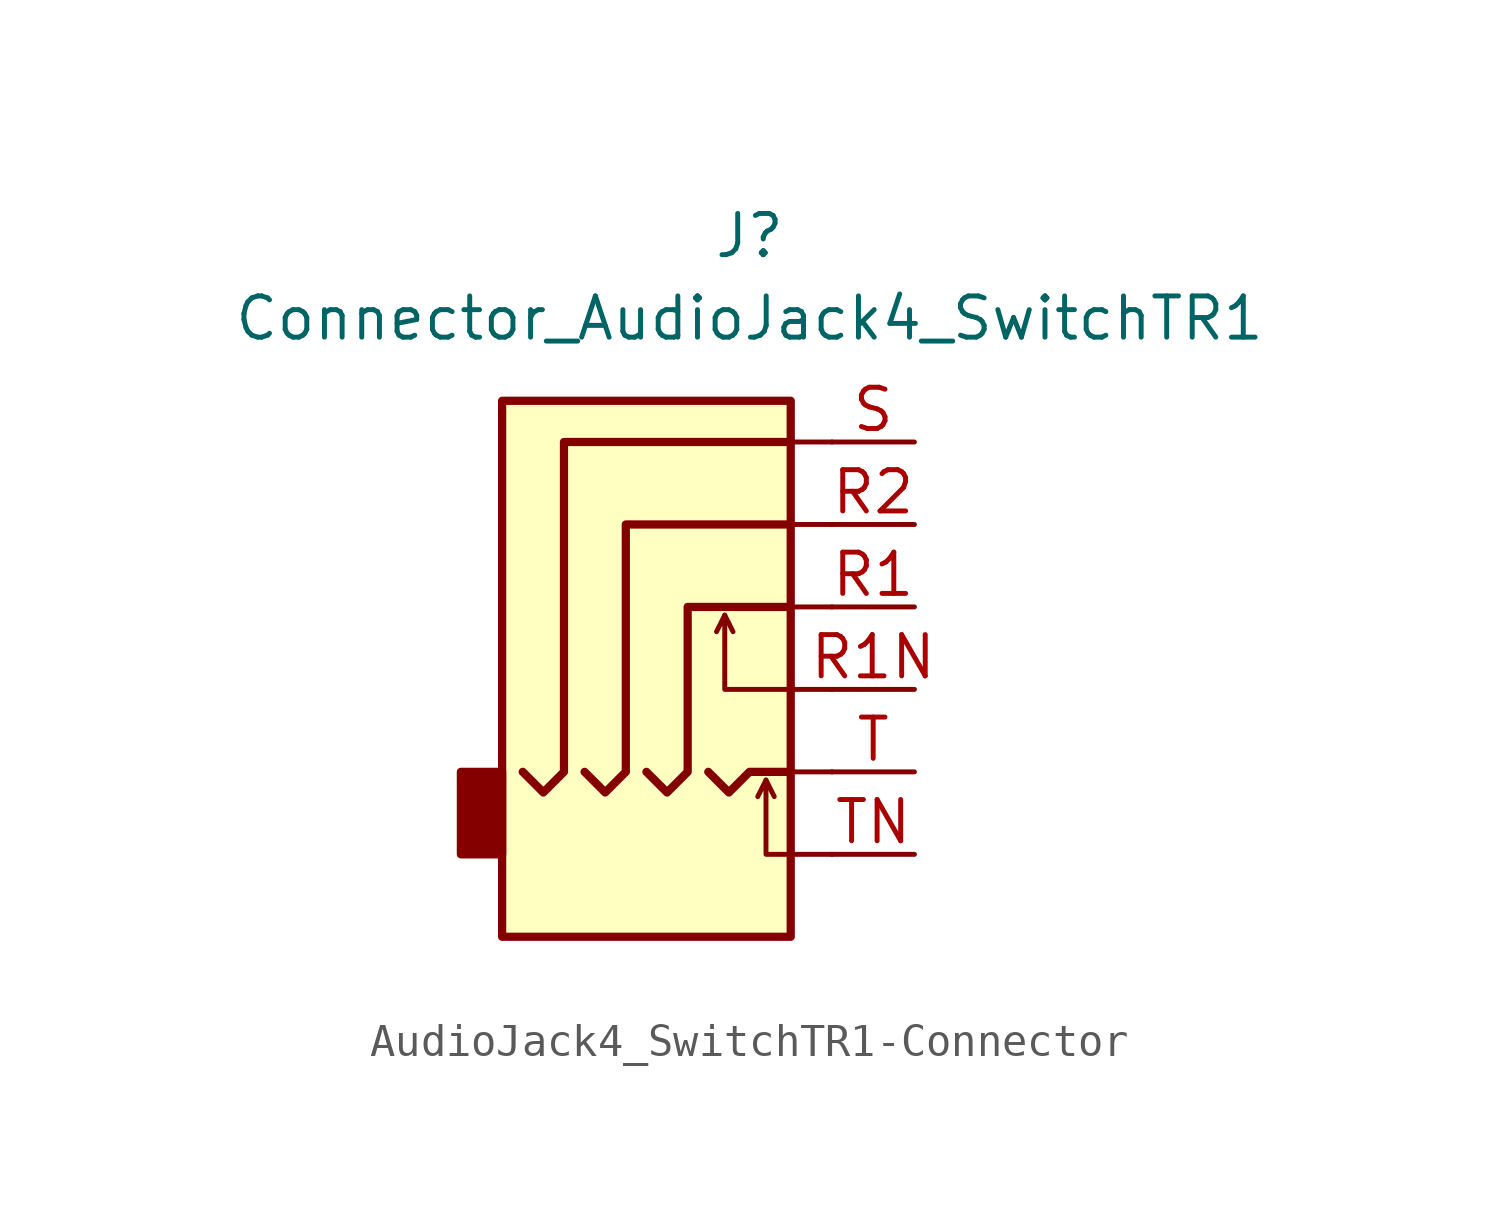
<source format=kicad_sym>
(kicad_symbol_lib
  (version 20220914)
  (generator kicad_symbol_editor)
  (symbol "AudioJack4_SwitchTR1-Connector"
    (property "Reference" "J"
      (at 0 11.43 0)
      (effects (font (size 1.27 1.27))))
    (property "Value" "Connector_AudioJack4_SwitchTR1"
      (at 0 8.89 0)
      (effects (font (size 1.27 1.27))))
    (symbol "AudioJack4_SwitchTR1-Connector_0_1"
      (rectangle (start -7.62 -5.08) (end -8.89 -7.62) (stroke (width 0.254) (type solid)) (fill (type outline)))
      (polyline (pts (xy 1.27 -5.08) (xy 2.54 -5.08)) (stroke (width 0) (type solid)) (fill (type none)))
      (polyline (pts (xy 1.27 2.54) (xy 2.54 2.54)) (stroke (width 0) (type solid)) (fill (type none)))
      (polyline (pts (xy 2.54 0) (xy 1.27 0)) (stroke (width 0) (type solid)) (fill (type none)))
      (polyline (pts (xy 2.54 5.08) (xy 1.27 5.08)) (stroke (width 0) (type solid)) (fill (type none)))
      (rectangle (start 1.27 6.35) (end -7.62 -10.16) (stroke (width 0.254) (type solid)) (fill (type background))))
    (symbol "AudioJack4_SwitchTR1-Connector_1_1"
      (polyline (pts (xy -0.762 -0.254) (xy -0.508 -0.762)) (stroke (width 0) (type solid)) (fill (type none)))
      (polyline (pts (xy 0.508 -5.334) (xy 0.762 -5.842)) (stroke (width 0) (type solid)) (fill (type none)))
      (polyline (pts (xy -1.27 -5.08) (xy -0.635 -5.715) (xy 0 -5.08) (xy 1.27 -5.08)) (stroke (width 0.254) (type solid)) (fill (type none)))
      (polyline (pts (xy 2.54 -7.62) (xy 0.508 -7.62) (xy 0.508 -5.334) (xy 0.254 -5.842)) (stroke (width 0) (type solid)) (fill (type none)))
      (polyline (pts (xy 2.54 -2.54) (xy -0.762 -2.54) (xy -0.762 -0.254) (xy -1.016 -0.762)) (stroke (width 0) (type solid)) (fill (type none)))
      (polyline (pts (xy -3.175 -5.08) (xy -2.54 -5.715) (xy -1.905 -5.08) (xy -1.905 0) (xy 1.27 0)) (stroke (width 0.254) (type solid)) (fill (type none)))
      (polyline (pts (xy 1.27 2.54) (xy -3.81 2.54) (xy -3.81 -5.08) (xy -4.445 -5.715) (xy -5.08 -5.08)) (stroke (width 0.254) (type solid)) (fill (type none)))
      (polyline (pts (xy 1.27 5.08) (xy -5.715 5.08) (xy -5.715 -5.08) (xy -6.35 -5.715) (xy -6.985 -5.08)) (stroke (width 0.254) (type solid)) (fill (type none)))
      (pin passive line (at 5.08 0 180) (length 2.54) (name "~" (effects (font (size 1.27 1.27)))) (number "R1" (effects (font (size 1.27 1.27)))))
      (pin passive line (at 5.08 -2.54 180) (length 2.54) (name "~" (effects (font (size 1.27 1.27)))) (number "R1N" (effects (font (size 1.27 1.27)))))
      (pin passive line (at 5.08 2.54 180) (length 2.54) (name "~" (effects (font (size 1.27 1.27)))) (number "R2" (effects (font (size 1.27 1.27)))))
      (pin passive line (at 5.08 5.08 180) (length 2.54) (name "~" (effects (font (size 1.27 1.27)))) (number "S" (effects (font (size 1.27 1.27)))))
      (pin passive line (at 5.08 -5.08 180) (length 2.54) (name "~" (effects (font (size 1.27 1.27)))) (number "T" (effects (font (size 1.27 1.27)))))
      (pin passive line (at 5.08 -7.62 180) (length 2.54) (name "~" (effects (font (size 1.27 1.27)))) (number "TN" (effects (font (size 1.27 1.27))))))))
</source>
